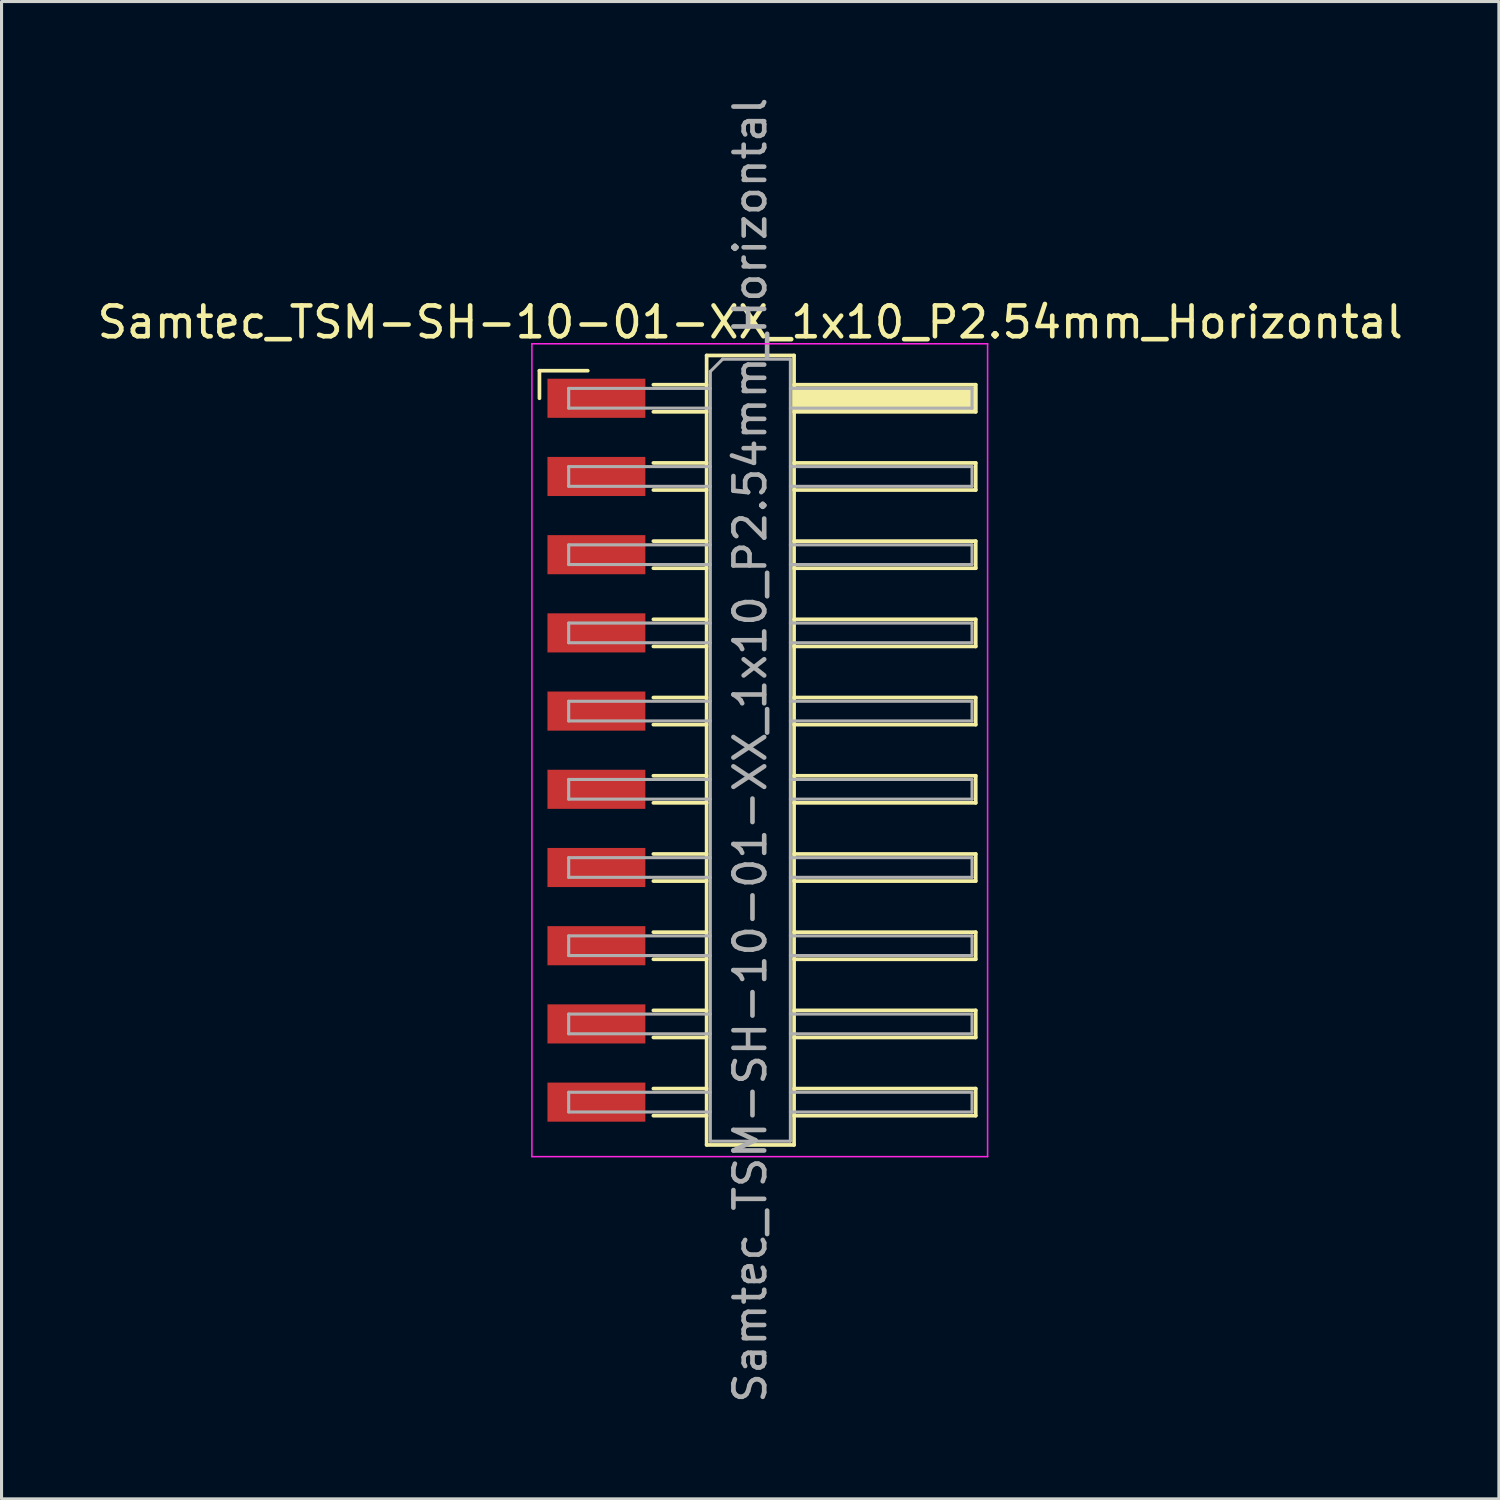
<source format=kicad_pcb>
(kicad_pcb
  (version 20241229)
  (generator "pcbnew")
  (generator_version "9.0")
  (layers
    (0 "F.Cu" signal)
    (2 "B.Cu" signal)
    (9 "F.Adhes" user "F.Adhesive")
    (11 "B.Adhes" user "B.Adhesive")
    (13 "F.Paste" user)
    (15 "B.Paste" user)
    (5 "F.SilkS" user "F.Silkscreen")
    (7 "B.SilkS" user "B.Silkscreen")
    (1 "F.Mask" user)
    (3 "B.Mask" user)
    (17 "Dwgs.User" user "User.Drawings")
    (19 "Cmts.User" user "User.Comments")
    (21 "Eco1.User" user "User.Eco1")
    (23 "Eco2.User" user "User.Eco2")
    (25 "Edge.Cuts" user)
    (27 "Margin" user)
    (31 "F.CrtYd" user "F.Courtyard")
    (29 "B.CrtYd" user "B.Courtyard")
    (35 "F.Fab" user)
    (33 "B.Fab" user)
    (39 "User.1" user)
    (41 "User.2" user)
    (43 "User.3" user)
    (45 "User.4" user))
  (footprint "Samtec_TSM-SH-10-01-XX_1x10_P2.54mm_Horizontal"
    (layer "F.Cu")
    (at 21.505 21.315)
    (property "Reference" "Samtec_TSM-SH-10-01-XX_1x10_P2.54mm_Horizontal" (at -0.19 -13.9 0) (layer "F.SilkS") (effects (font (size 1 1) (thickness 0.15))))
    (attr smd)
    (fp_line (start -7.035 -12.325) (end -5.465 -12.325) (stroke (width 0.12) (type solid)) (layer "F.SilkS"))
    (fp_line (start -7.035 -11.43) (end -7.035 -12.325) (stroke (width 0.12) (type solid)) (layer "F.SilkS"))
    (fp_line (start -3.335 -11.87) (end -1.605 -11.87) (stroke (width 0.12) (type solid)) (layer "F.SilkS"))
    (fp_line (start -3.335 -10.99) (end -1.605 -10.99) (stroke (width 0.12) (type solid)) (layer "F.SilkS"))
    (fp_line (start -3.335 -9.33) (end -1.605 -9.33) (stroke (width 0.12) (type solid)) (layer "F.SilkS"))
    (fp_line (start -3.335 -8.45) (end -1.605 -8.45) (stroke (width 0.12) (type solid)) (layer "F.SilkS"))
    (fp_line (start -3.335 -6.79) (end -1.605 -6.79) (stroke (width 0.12) (type solid)) (layer "F.SilkS"))
    (fp_line (start -3.335 -5.91) (end -1.605 -5.91) (stroke (width 0.12) (type solid)) (layer "F.SilkS"))
    (fp_line (start -3.335 -4.25) (end -1.605 -4.25) (stroke (width 0.12) (type solid)) (layer "F.SilkS"))
    (fp_line (start -3.335 -3.37) (end -1.605 -3.37) (stroke (width 0.12) (type solid)) (layer "F.SilkS"))
    (fp_line (start -3.335 -1.71) (end -1.605 -1.71) (stroke (width 0.12) (type solid)) (layer "F.SilkS"))
    (fp_line (start -3.335 -0.83) (end -1.605 -0.83) (stroke (width 0.12) (type solid)) (layer "F.SilkS"))
    (fp_line (start -3.335 0.83) (end -1.605 0.83) (stroke (width 0.12) (type solid)) (layer "F.SilkS"))
    (fp_line (start -3.335 1.71) (end -1.605 1.71) (stroke (width 0.12) (type solid)) (layer "F.SilkS"))
    (fp_line (start -3.335 3.37) (end -1.605 3.37) (stroke (width 0.12) (type solid)) (layer "F.SilkS"))
    (fp_line (start -3.335 4.25) (end -1.605 4.25) (stroke (width 0.12) (type solid)) (layer "F.SilkS"))
    (fp_line (start -3.335 5.91) (end -1.605 5.91) (stroke (width 0.12) (type solid)) (layer "F.SilkS"))
    (fp_line (start -3.335 6.79) (end -1.605 6.79) (stroke (width 0.12) (type solid)) (layer "F.SilkS"))
    (fp_line (start -3.335 8.45) (end -1.605 8.45) (stroke (width 0.12) (type solid)) (layer "F.SilkS"))
    (fp_line (start -3.335 9.33) (end -1.605 9.33) (stroke (width 0.12) (type solid)) (layer "F.SilkS"))
    (fp_line (start -3.335 10.99) (end -1.605 10.99) (stroke (width 0.12) (type solid)) (layer "F.SilkS"))
    (fp_line (start -3.335 11.87) (end -1.605 11.87) (stroke (width 0.12) (type solid)) (layer "F.SilkS"))
    (fp_line (start -1.605 -12.82) (end 1.235 -12.82) (stroke (width 0.12) (type solid)) (layer "F.SilkS"))
    (fp_line (start -1.605 12.82) (end -1.605 -12.82) (stroke (width 0.12) (type solid)) (layer "F.SilkS"))
    (fp_line (start 1.235 -12.82) (end 1.235 12.82) (stroke (width 0.12) (type solid)) (layer "F.SilkS"))
    (fp_line (start 1.235 -11.87) (end 7.135 -11.87) (stroke (width 0.12) (type solid)) (layer "F.SilkS"))
    (fp_line (start 1.235 -9.33) (end 7.135 -9.33) (stroke (width 0.12) (type solid)) (layer "F.SilkS"))
    (fp_line (start 1.235 -6.79) (end 7.135 -6.79) (stroke (width 0.12) (type solid)) (layer "F.SilkS"))
    (fp_line (start 1.235 -4.25) (end 7.135 -4.25) (stroke (width 0.12) (type solid)) (layer "F.SilkS"))
    (fp_line (start 1.235 -1.71) (end 7.135 -1.71) (stroke (width 0.12) (type solid)) (layer "F.SilkS"))
    (fp_line (start 1.235 0.83) (end 7.135 0.83) (stroke (width 0.12) (type solid)) (layer "F.SilkS"))
    (fp_line (start 1.235 3.37) (end 7.135 3.37) (stroke (width 0.12) (type solid)) (layer "F.SilkS"))
    (fp_line (start 1.235 5.91) (end 7.135 5.91) (stroke (width 0.12) (type solid)) (layer "F.SilkS"))
    (fp_line (start 1.235 8.45) (end 7.135 8.45) (stroke (width 0.12) (type solid)) (layer "F.SilkS"))
    (fp_line (start 1.235 10.99) (end 7.135 10.99) (stroke (width 0.12) (type solid)) (layer "F.SilkS"))
    (fp_line (start 1.235 12.82) (end -1.605 12.82) (stroke (width 0.12) (type solid)) (layer "F.SilkS"))
    (fp_line (start 7.135 -11.87) (end 7.135 -10.99) (stroke (width 0.12) (type solid)) (layer "F.SilkS"))
    (fp_line (start 7.135 -10.99) (end 1.235 -10.99) (stroke (width 0.12) (type solid)) (layer "F.SilkS"))
    (fp_line (start 7.135 -9.33) (end 7.135 -8.45) (stroke (width 0.12) (type solid)) (layer "F.SilkS"))
    (fp_line (start 7.135 -8.45) (end 1.235 -8.45) (stroke (width 0.12) (type solid)) (layer "F.SilkS"))
    (fp_line (start 7.135 -6.79) (end 7.135 -5.91) (stroke (width 0.12) (type solid)) (layer "F.SilkS"))
    (fp_line (start 7.135 -5.91) (end 1.235 -5.91) (stroke (width 0.12) (type solid)) (layer "F.SilkS"))
    (fp_line (start 7.135 -4.25) (end 7.135 -3.37) (stroke (width 0.12) (type solid)) (layer "F.SilkS"))
    (fp_line (start 7.135 -3.37) (end 1.235 -3.37) (stroke (width 0.12) (type solid)) (layer "F.SilkS"))
    (fp_line (start 7.135 -1.71) (end 7.135 -0.83) (stroke (width 0.12) (type solid)) (layer "F.SilkS"))
    (fp_line (start 7.135 -0.83) (end 1.235 -0.83) (stroke (width 0.12) (type solid)) (layer "F.SilkS"))
    (fp_line (start 7.135 0.83) (end 7.135 1.71) (stroke (width 0.12) (type solid)) (layer "F.SilkS"))
    (fp_line (start 7.135 1.71) (end 1.235 1.71) (stroke (width 0.12) (type solid)) (layer "F.SilkS"))
    (fp_line (start 7.135 3.37) (end 7.135 4.25) (stroke (width 0.12) (type solid)) (layer "F.SilkS"))
    (fp_line (start 7.135 4.25) (end 1.235 4.25) (stroke (width 0.12) (type solid)) (layer "F.SilkS"))
    (fp_line (start 7.135 5.91) (end 7.135 6.79) (stroke (width 0.12) (type solid)) (layer "F.SilkS"))
    (fp_line (start 7.135 6.79) (end 1.235 6.79) (stroke (width 0.12) (type solid)) (layer "F.SilkS"))
    (fp_line (start 7.135 8.45) (end 7.135 9.33) (stroke (width 0.12) (type solid)) (layer "F.SilkS"))
    (fp_line (start 7.135 9.33) (end 1.235 9.33) (stroke (width 0.12) (type solid)) (layer "F.SilkS"))
    (fp_line (start 7.135 10.99) (end 7.135 11.87) (stroke (width 0.12) (type solid)) (layer "F.SilkS"))
    (fp_line (start 7.135 11.87) (end 1.235 11.87) (stroke (width 0.12) (type solid)) (layer "F.SilkS"))
    (fp_line (start -7.28 -13.2) (end 7.52 -13.2) (stroke (width 0.05) (type solid)) (layer "F.CrtYd"))
    (fp_line (start -7.28 13.2) (end -7.28 -13.2) (stroke (width 0.05) (type solid)) (layer "F.CrtYd"))
    (fp_line (start 7.52 -13.2) (end 7.52 13.2) (stroke (width 0.05) (type solid)) (layer "F.CrtYd"))
    (fp_line (start 7.52 13.2) (end -7.28 13.2) (stroke (width 0.05) (type solid)) (layer "F.CrtYd"))
    (fp_line (start -6.085 -11.75) (end -6.085 -11.11) (stroke (width 0.1) (type solid)) (layer "F.Fab"))
    (fp_line (start -6.085 -11.11) (end -1.485 -11.11) (stroke (width 0.1) (type solid)) (layer "F.Fab"))
    (fp_line (start -6.085 -9.21) (end -6.085 -8.57) (stroke (width 0.1) (type solid)) (layer "F.Fab"))
    (fp_line (start -6.085 -8.57) (end -1.485 -8.57) (stroke (width 0.1) (type solid)) (layer "F.Fab"))
    (fp_line (start -6.085 -6.67) (end -6.085 -6.03) (stroke (width 0.1) (type solid)) (layer "F.Fab"))
    (fp_line (start -6.085 -6.03) (end -1.485 -6.03) (stroke (width 0.1) (type solid)) (layer "F.Fab"))
    (fp_line (start -6.085 -4.13) (end -6.085 -3.49) (stroke (width 0.1) (type solid)) (layer "F.Fab"))
    (fp_line (start -6.085 -3.49) (end -1.485 -3.49) (stroke (width 0.1) (type solid)) (layer "F.Fab"))
    (fp_line (start -6.085 -1.59) (end -6.085 -0.95) (stroke (width 0.1) (type solid)) (layer "F.Fab"))
    (fp_line (start -6.085 -0.95) (end -1.485 -0.95) (stroke (width 0.1) (type solid)) (layer "F.Fab"))
    (fp_line (start -6.085 0.95) (end -6.085 1.59) (stroke (width 0.1) (type solid)) (layer "F.Fab"))
    (fp_line (start -6.085 1.59) (end -1.485 1.59) (stroke (width 0.1) (type solid)) (layer "F.Fab"))
    (fp_line (start -6.085 3.49) (end -6.085 4.13) (stroke (width 0.1) (type solid)) (layer "F.Fab"))
    (fp_line (start -6.085 4.13) (end -1.485 4.13) (stroke (width 0.1) (type solid)) (layer "F.Fab"))
    (fp_line (start -6.085 6.03) (end -6.085 6.67) (stroke (width 0.1) (type solid)) (layer "F.Fab"))
    (fp_line (start -6.085 6.67) (end -1.485 6.67) (stroke (width 0.1) (type solid)) (layer "F.Fab"))
    (fp_line (start -6.085 8.57) (end -6.085 9.21) (stroke (width 0.1) (type solid)) (layer "F.Fab"))
    (fp_line (start -6.085 9.21) (end -1.485 9.21) (stroke (width 0.1) (type solid)) (layer "F.Fab"))
    (fp_line (start -6.085 11.11) (end -6.085 11.75) (stroke (width 0.1) (type solid)) (layer "F.Fab"))
    (fp_line (start -6.085 11.75) (end -1.485 11.75) (stroke (width 0.1) (type solid)) (layer "F.Fab"))
    (fp_line (start -1.485 -12.3) (end -1.085 -12.7) (stroke (width 0.1) (type solid)) (layer "F.Fab"))
    (fp_line (start -1.485 -11.75) (end -6.085 -11.75) (stroke (width 0.1) (type solid)) (layer "F.Fab"))
    (fp_line (start -1.485 -9.21) (end -6.085 -9.21) (stroke (width 0.1) (type solid)) (layer "F.Fab"))
    (fp_line (start -1.485 -6.67) (end -6.085 -6.67) (stroke (width 0.1) (type solid)) (layer "F.Fab"))
    (fp_line (start -1.485 -4.13) (end -6.085 -4.13) (stroke (width 0.1) (type solid)) (layer "F.Fab"))
    (fp_line (start -1.485 -1.59) (end -6.085 -1.59) (stroke (width 0.1) (type solid)) (layer "F.Fab"))
    (fp_line (start -1.485 0.95) (end -6.085 0.95) (stroke (width 0.1) (type solid)) (layer "F.Fab"))
    (fp_line (start -1.485 3.49) (end -6.085 3.49) (stroke (width 0.1) (type solid)) (layer "F.Fab"))
    (fp_line (start -1.485 6.03) (end -6.085 6.03) (stroke (width 0.1) (type solid)) (layer "F.Fab"))
    (fp_line (start -1.485 8.57) (end -6.085 8.57) (stroke (width 0.1) (type solid)) (layer "F.Fab"))
    (fp_line (start -1.485 11.11) (end -6.085 11.11) (stroke (width 0.1) (type solid)) (layer "F.Fab"))
    (fp_line (start -1.485 12.7) (end -1.485 -12.3) (stroke (width 0.1) (type solid)) (layer "F.Fab"))
    (fp_line (start -1.085 -12.7) (end 1.115 -12.7) (stroke (width 0.1) (type solid)) (layer "F.Fab"))
    (fp_line (start 1.115 -12.7) (end 1.115 12.7) (stroke (width 0.1) (type solid)) (layer "F.Fab"))
    (fp_line (start 1.115 -11.75) (end 7.015 -11.75) (stroke (width 0.1) (type solid)) (layer "F.Fab"))
    (fp_line (start 1.115 -9.21) (end 7.015 -9.21) (stroke (width 0.1) (type solid)) (layer "F.Fab"))
    (fp_line (start 1.115 -6.67) (end 7.015 -6.67) (stroke (width 0.1) (type solid)) (layer "F.Fab"))
    (fp_line (start 1.115 -4.13) (end 7.015 -4.13) (stroke (width 0.1) (type solid)) (layer "F.Fab"))
    (fp_line (start 1.115 -1.59) (end 7.015 -1.59) (stroke (width 0.1) (type solid)) (layer "F.Fab"))
    (fp_line (start 1.115 0.95) (end 7.015 0.95) (stroke (width 0.1) (type solid)) (layer "F.Fab"))
    (fp_line (start 1.115 3.49) (end 7.015 3.49) (stroke (width 0.1) (type solid)) (layer "F.Fab"))
    (fp_line (start 1.115 6.03) (end 7.015 6.03) (stroke (width 0.1) (type solid)) (layer "F.Fab"))
    (fp_line (start 1.115 8.57) (end 7.015 8.57) (stroke (width 0.1) (type solid)) (layer "F.Fab"))
    (fp_line (start 1.115 11.11) (end 7.015 11.11) (stroke (width 0.1) (type solid)) (layer "F.Fab"))
    (fp_line (start 1.115 12.7) (end -1.485 12.7) (stroke (width 0.1) (type solid)) (layer "F.Fab"))
    (fp_line (start 7.015 -11.75) (end 7.015 -11.11) (stroke (width 0.1) (type solid)) (layer "F.Fab"))
    (fp_line (start 7.015 -11.11) (end 1.115 -11.11) (stroke (width 0.1) (type solid)) (layer "F.Fab"))
    (fp_line (start 7.015 -9.21) (end 7.015 -8.57) (stroke (width 0.1) (type solid)) (layer "F.Fab"))
    (fp_line (start 7.015 -8.57) (end 1.115 -8.57) (stroke (width 0.1) (type solid)) (layer "F.Fab"))
    (fp_line (start 7.015 -6.67) (end 7.015 -6.03) (stroke (width 0.1) (type solid)) (layer "F.Fab"))
    (fp_line (start 7.015 -6.03) (end 1.115 -6.03) (stroke (width 0.1) (type solid)) (layer "F.Fab"))
    (fp_line (start 7.015 -4.13) (end 7.015 -3.49) (stroke (width 0.1) (type solid)) (layer "F.Fab"))
    (fp_line (start 7.015 -3.49) (end 1.115 -3.49) (stroke (width 0.1) (type solid)) (layer "F.Fab"))
    (fp_line (start 7.015 -1.59) (end 7.015 -0.95) (stroke (width 0.1) (type solid)) (layer "F.Fab"))
    (fp_line (start 7.015 -0.95) (end 1.115 -0.95) (stroke (width 0.1) (type solid)) (layer "F.Fab"))
    (fp_line (start 7.015 0.95) (end 7.015 1.59) (stroke (width 0.1) (type solid)) (layer "F.Fab"))
    (fp_line (start 7.015 1.59) (end 1.115 1.59) (stroke (width 0.1) (type solid)) (layer "F.Fab"))
    (fp_line (start 7.015 3.49) (end 7.015 4.13) (stroke (width 0.1) (type solid)) (layer "F.Fab"))
    (fp_line (start 7.015 4.13) (end 1.115 4.13) (stroke (width 0.1) (type solid)) (layer "F.Fab"))
    (fp_line (start 7.015 6.03) (end 7.015 6.67) (stroke (width 0.1) (type solid)) (layer "F.Fab"))
    (fp_line (start 7.015 6.67) (end 1.115 6.67) (stroke (width 0.1) (type solid)) (layer "F.Fab"))
    (fp_line (start 7.015 8.57) (end 7.015 9.21) (stroke (width 0.1) (type solid)) (layer "F.Fab"))
    (fp_line (start 7.015 9.21) (end 1.115 9.21) (stroke (width 0.1) (type solid)) (layer "F.Fab"))
    (fp_line (start 7.015 11.11) (end 7.015 11.75) (stroke (width 0.1) (type solid)) (layer "F.Fab"))
    (fp_line (start 7.015 11.75) (end 1.115 11.75) (stroke (width 0.1) (type solid)) (layer "F.Fab"))
    (fp_text user "${REFERENCE}" (at -0.19 0 90) (layer "F.Fab") (effects (font (size 1 1) (thickness 0.15))))
    (pad "" smd rect (at 4.185 -11.43) (size 6 0.76) (layers "F.SilkS"))
    (pad "1" smd rect (at -5.185 -11.43) (size 3.18 1.27) (layers "F.Cu" "F.Mask" "F.Paste"))
    (pad "2" smd rect (at -5.185 -8.89) (size 3.18 1.27) (layers "F.Cu" "F.Mask" "F.Paste"))
    (pad "3" smd rect (at -5.185 -6.35) (size 3.18 1.27) (layers "F.Cu" "F.Mask" "F.Paste"))
    (pad "4" smd rect (at -5.185 -3.81) (size 3.18 1.27) (layers "F.Cu" "F.Mask" "F.Paste"))
    (pad "5" smd rect (at -5.185 -1.27) (size 3.18 1.27) (layers "F.Cu" "F.Mask" "F.Paste"))
    (pad "6" smd rect (at -5.185 1.27) (size 3.18 1.27) (layers "F.Cu" "F.Mask" "F.Paste"))
    (pad "7" smd rect (at -5.185 3.81) (size 3.18 1.27) (layers "F.Cu" "F.Mask" "F.Paste"))
    (pad "8" smd rect (at -5.185 6.35) (size 3.18 1.27) (layers "F.Cu" "F.Mask" "F.Paste"))
    (pad "9" smd rect (at -5.185 8.89) (size 3.18 1.27) (layers "F.Cu" "F.Mask" "F.Paste"))
    (pad "10" smd rect (at -5.185 11.43) (size 3.18 1.27) (layers "F.Cu" "F.Mask" "F.Paste")))
  (gr_rect
    (start -3 -3)
    (end 45.631 45.631)
    (stroke (width 0.1) (type default))
    (fill no)
    (layer "Edge.Cuts")))
</source>
